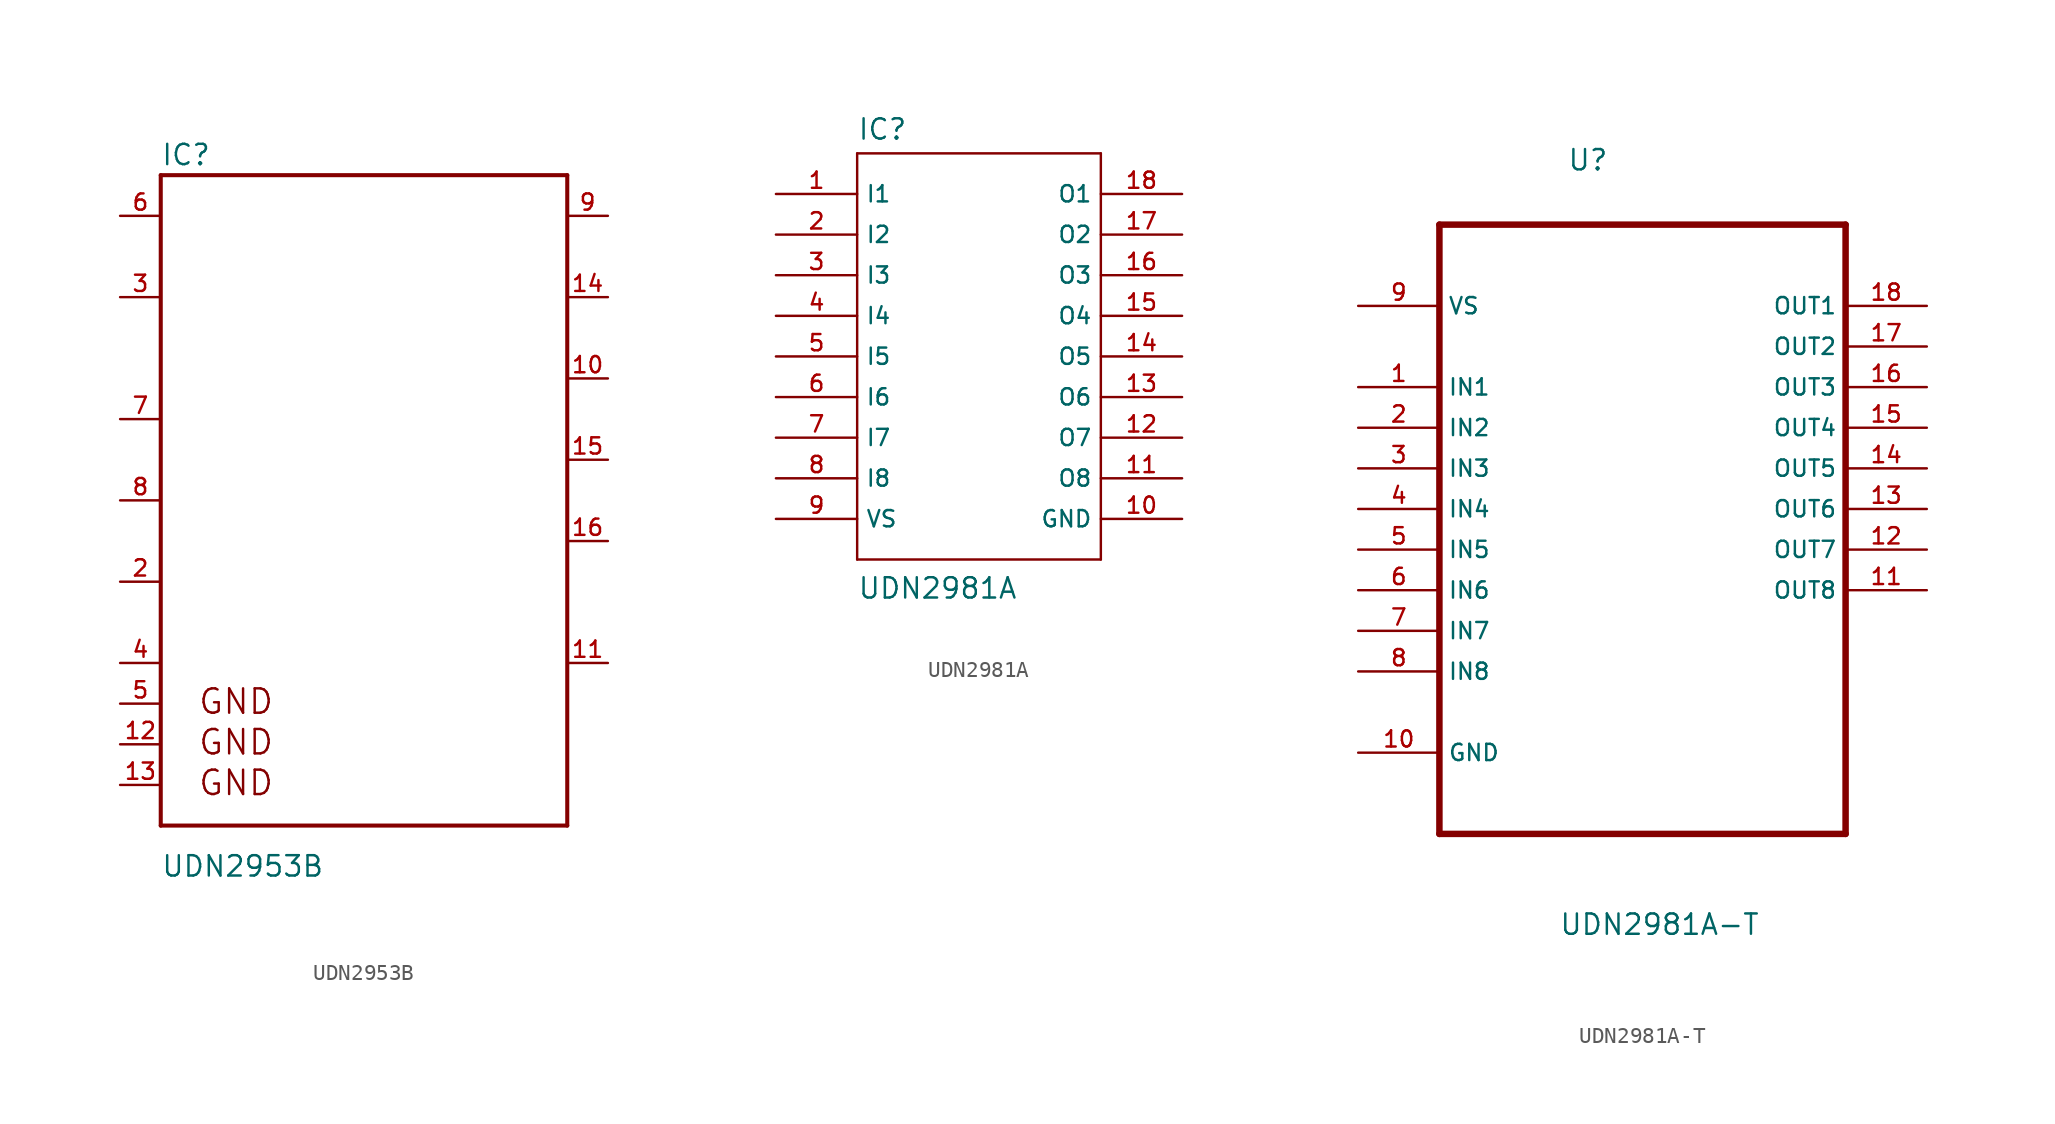
<source format=kicad_sym>
(kicad_symbol_lib
  (version 20220102)
  (generator kicad_symbol_editor)
  (symbol "UDN2953B"
    (pin_names hide)
    (property "Reference" "IC"
      (at -12.7 16.51 0)
      (effects (font (size 1.27 1.27)) (justify left)))
    (property "Value" "UDN2953B"
      (at -12.7 -27.94 0)
      (effects (font (size 1.27 1.27)) (justify left)))
    (property "ki_locked" ""
      (at 0 0 0)
      (effects (font (size 1.27 1.27))))
    (symbol "UDN2953B_0_0"
      (polyline (pts (xy -12.7 -25.4) (xy -12.7 15.24)) (stroke (width 0.254) (type default)) (fill (type none)))
      (polyline (pts (xy -12.7 15.24) (xy 12.7 15.24)) (stroke (width 0.254) (type default)) (fill (type none)))
      (polyline (pts (xy 12.7 -25.4) (xy -12.7 -25.4)) (stroke (width 0.254) (type default)) (fill (type none)))
      (polyline (pts (xy 12.7 15.24) (xy 12.7 -25.4)) (stroke (width 0.254) (type default)) (fill (type none)))
      (text "GND" (at -10.414 -23.622 0) (effects (font (size 1.524 1.524)) (justify left bottom)))
      (text "GND" (at -10.414 -21.082 0) (effects (font (size 1.524 1.524)) (justify left bottom)))
      (text "GND" (at -10.414 -18.542 0) (effects (font (size 1.524 1.524)) (justify left bottom)))
      (pin output line (at 15.24 2.54 180) (length 2.54) (name "OUTA" (effects (font (size 1.016 1.016)))) (number "10" (effects (font (size 1.016 1.016)))))
      (pin input line (at 15.24 -15.24 180) (length 2.54) (name "SENSE" (effects (font (size 1.016 1.016)))) (number "11" (effects (font (size 1.016 1.016)))))
      (pin input line (at -15.24 -20.32 0) (length 2.54) (name "GND@2" (effects (font (size 1.016 1.016)))) (number "12" (effects (font (size 1.016 1.016)))))
      (pin input line (at -15.24 -22.86 0) (length 2.54) (name "GND@3" (effects (font (size 1.016 1.016)))) (number "13" (effects (font (size 1.016 1.016)))))
      (pin input line (at 15.24 7.62 180) (length 2.54) (name "A" (effects (font (size 1.016 1.016)))) (number "14" (effects (font (size 1.016 1.016)))))
      (pin output line (at 15.24 -2.54 180) (length 2.54) (name "OUTB" (effects (font (size 1.016 1.016)))) (number "15" (effects (font (size 1.016 1.016)))))
      (pin input line (at 15.24 -7.62 180) (length 2.54) (name "K" (effects (font (size 1.016 1.016)))) (number "16" (effects (font (size 1.016 1.016)))))
      (pin input line (at -15.24 -10.16 0) (length 2.54) (name "VREF/!BREAK" (effects (font (size 1.016 1.016)))) (number "2" (effects (font (size 1.016 1.016)))))
      (pin input line (at -15.24 7.62 0) (length 2.54) (name "RC" (effects (font (size 1.016 1.016)))) (number "3" (effects (font (size 1.016 1.016)))))
      (pin input line (at -15.24 -15.24 0) (length 2.54) (name "GND" (effects (font (size 1.016 1.016)))) (number "4" (effects (font (size 1.016 1.016)))))
      (pin input line (at -15.24 -17.78 0) (length 2.54) (name "GND@1" (effects (font (size 1.016 1.016)))) (number "5" (effects (font (size 1.016 1.016)))))
      (pin input line (at -15.24 12.7 0) (length 2.54) (name "VCC" (effects (font (size 1.016 1.016)))) (number "6" (effects (font (size 1.016 1.016)))))
      (pin input line (at -15.24 0 0) (length 2.54) (name "PHASE" (effects (font (size 1.016 1.016)))) (number "7" (effects (font (size 1.016 1.016)))))
      (pin input line (at -15.24 -5.08 0) (length 2.54) (name "!OE" (effects (font (size 1.016 1.016)))) (number "8" (effects (font (size 1.016 1.016)))))
      (pin input line (at 15.24 12.7 180) (length 2.54) (name "VBB" (effects (font (size 1.016 1.016)))) (number "9" (effects (font (size 1.016 1.016)))))))
  (symbol "UDN2981A"
    (property "Reference" "IC"
      (at -7.62 13.462 0)
      (effects (font (size 1.27 1.27)) (justify left bottom)))
    (property "Value" "UDN2981A"
      (at -7.62 -15.24 0)
      (effects (font (size 1.27 1.27)) (justify left bottom)))
    (property "Datasheet" ""
      (at 0 0 0)
      (effects (font (size 1.524 1.524))))
    (property "ki_locked" ""
      (at 0 0 0)
      (effects (font (size 1.27 1.27))))
    (symbol "UDN2981A_1_0"
      (polyline (pts (xy -7.62 12.7) (xy -7.62 -12.7)) (stroke (width 0) (type default)) (fill (type none)))
      (polyline (pts (xy -7.62 12.7) (xy 7.62 12.7)) (stroke (width 0) (type default)) (fill (type none)))
      (polyline (pts (xy 7.62 -12.7) (xy -7.62 -12.7)) (stroke (width 0) (type default)) (fill (type none)))
      (polyline (pts (xy 7.62 -12.7) (xy 7.62 12.7)) (stroke (width 0) (type default)) (fill (type none))))
    (symbol "UDN2981A_1_1"
      (pin input line (at -12.7 10.16 0) (length 5.08) (name "I1" (effects (font (size 1.016 1.016)))) (number "1" (effects (font (size 1.016 1.016)))))
      (pin power_in line (at 12.7 -10.16 180) (length 5.08) (name "GND" (effects (font (size 1.016 1.016)))) (number "10" (effects (font (size 1.016 1.016)))))
      (pin open_collector line (at 12.7 -7.62 180) (length 5.08) (name "O8" (effects (font (size 1.016 1.016)))) (number "11" (effects (font (size 1.016 1.016)))))
      (pin open_collector line (at 12.7 -5.08 180) (length 5.08) (name "O7" (effects (font (size 1.016 1.016)))) (number "12" (effects (font (size 1.016 1.016)))))
      (pin open_collector line (at 12.7 -2.54 180) (length 5.08) (name "O6" (effects (font (size 1.016 1.016)))) (number "13" (effects (font (size 1.016 1.016)))))
      (pin open_collector line (at 12.7 0 180) (length 5.08) (name "O5" (effects (font (size 1.016 1.016)))) (number "14" (effects (font (size 1.016 1.016)))))
      (pin open_collector line (at 12.7 2.54 180) (length 5.08) (name "O4" (effects (font (size 1.016 1.016)))) (number "15" (effects (font (size 1.016 1.016)))))
      (pin open_collector line (at 12.7 5.08 180) (length 5.08) (name "O3" (effects (font (size 1.016 1.016)))) (number "16" (effects (font (size 1.016 1.016)))))
      (pin open_collector line (at 12.7 7.62 180) (length 5.08) (name "O2" (effects (font (size 1.016 1.016)))) (number "17" (effects (font (size 1.016 1.016)))))
      (pin open_collector line (at 12.7 10.16 180) (length 5.08) (name "O1" (effects (font (size 1.016 1.016)))) (number "18" (effects (font (size 1.016 1.016)))))
      (pin input line (at -12.7 7.62 0) (length 5.08) (name "I2" (effects (font (size 1.016 1.016)))) (number "2" (effects (font (size 1.016 1.016)))))
      (pin input line (at -12.7 5.08 0) (length 5.08) (name "I3" (effects (font (size 1.016 1.016)))) (number "3" (effects (font (size 1.016 1.016)))))
      (pin input line (at -12.7 2.54 0) (length 5.08) (name "I4" (effects (font (size 1.016 1.016)))) (number "4" (effects (font (size 1.016 1.016)))))
      (pin input line (at -12.7 0 0) (length 5.08) (name "I5" (effects (font (size 1.016 1.016)))) (number "5" (effects (font (size 1.016 1.016)))))
      (pin input line (at -12.7 -2.54 0) (length 5.08) (name "I6" (effects (font (size 1.016 1.016)))) (number "6" (effects (font (size 1.016 1.016)))))
      (pin input line (at -12.7 -5.08 0) (length 5.08) (name "I7" (effects (font (size 1.016 1.016)))) (number "7" (effects (font (size 1.016 1.016)))))
      (pin input line (at -12.7 -7.62 0) (length 5.08) (name "I8" (effects (font (size 1.016 1.016)))) (number "8" (effects (font (size 1.016 1.016)))))
      (pin passive line (at -12.7 -10.16 0) (length 5.08) (name "VS" (effects (font (size 1.016 1.016)))) (number "9" (effects (font (size 1.016 1.016)))))))
  (symbol "UDN2981A-T"
    (property "Reference" "U"
      (at -4.724 19.279 0)
      (effects (font (size 1.27 1.27)) (justify left)))
    (property "Value" "UDN2981A-T"
      (at -5.232 -28.524 0)
      (effects (font (size 1.27 1.27)) (justify left)))
    (property "ki_locked" ""
      (at 0 0 0)
      (effects (font (size 1.27 1.27))))
    (symbol "UDN2981A-T_0_0"
      (polyline (pts (xy -12.7 -22.86) (xy 12.7 -22.86)) (stroke (width 0.406) (type default)) (fill (type none)))
      (polyline (pts (xy -12.7 15.24) (xy -12.7 -22.86)) (stroke (width 0.406) (type default)) (fill (type none)))
      (polyline (pts (xy 12.7 -22.86) (xy 12.7 15.24)) (stroke (width 0.406) (type default)) (fill (type none)))
      (polyline (pts (xy 12.7 15.24) (xy -12.7 15.24)) (stroke (width 0.406) (type default)) (fill (type none)))
      (pin input line (at -17.78 5.08 0) (length 5.08) (name "IN1" (effects (font (size 1.016 1.016)))) (number "1" (effects (font (size 1.016 1.016)))))
      (pin passive line (at -17.78 -17.78 0) (length 5.08) (name "GND" (effects (font (size 1.016 1.016)))) (number "10" (effects (font (size 1.016 1.016)))))
      (pin output line (at 17.78 -7.62 180) (length 5.08) (name "OUT8" (effects (font (size 1.016 1.016)))) (number "11" (effects (font (size 1.016 1.016)))))
      (pin output line (at 17.78 -5.08 180) (length 5.08) (name "OUT7" (effects (font (size 1.016 1.016)))) (number "12" (effects (font (size 1.016 1.016)))))
      (pin output line (at 17.78 -2.54 180) (length 5.08) (name "OUT6" (effects (font (size 1.016 1.016)))) (number "13" (effects (font (size 1.016 1.016)))))
      (pin output line (at 17.78 0 180) (length 5.08) (name "OUT5" (effects (font (size 1.016 1.016)))) (number "14" (effects (font (size 1.016 1.016)))))
      (pin output line (at 17.78 2.54 180) (length 5.08) (name "OUT4" (effects (font (size 1.016 1.016)))) (number "15" (effects (font (size 1.016 1.016)))))
      (pin output line (at 17.78 5.08 180) (length 5.08) (name "OUT3" (effects (font (size 1.016 1.016)))) (number "16" (effects (font (size 1.016 1.016)))))
      (pin output line (at 17.78 7.62 180) (length 5.08) (name "OUT2" (effects (font (size 1.016 1.016)))) (number "17" (effects (font (size 1.016 1.016)))))
      (pin output line (at 17.78 10.16 180) (length 5.08) (name "OUT1" (effects (font (size 1.016 1.016)))) (number "18" (effects (font (size 1.016 1.016)))))
      (pin input line (at -17.78 2.54 0) (length 5.08) (name "IN2" (effects (font (size 1.016 1.016)))) (number "2" (effects (font (size 1.016 1.016)))))
      (pin input line (at -17.78 0 0) (length 5.08) (name "IN3" (effects (font (size 1.016 1.016)))) (number "3" (effects (font (size 1.016 1.016)))))
      (pin input line (at -17.78 -2.54 0) (length 5.08) (name "IN4" (effects (font (size 1.016 1.016)))) (number "4" (effects (font (size 1.016 1.016)))))
      (pin input line (at -17.78 -5.08 0) (length 5.08) (name "IN5" (effects (font (size 1.016 1.016)))) (number "5" (effects (font (size 1.016 1.016)))))
      (pin input line (at -17.78 -7.62 0) (length 5.08) (name "IN6" (effects (font (size 1.016 1.016)))) (number "6" (effects (font (size 1.016 1.016)))))
      (pin input line (at -17.78 -10.16 0) (length 5.08) (name "IN7" (effects (font (size 1.016 1.016)))) (number "7" (effects (font (size 1.016 1.016)))))
      (pin input line (at -17.78 -12.7 0) (length 5.08) (name "IN8" (effects (font (size 1.016 1.016)))) (number "8" (effects (font (size 1.016 1.016)))))
      (pin input line (at -17.78 10.16 0) (length 5.08) (name "VS" (effects (font (size 1.016 1.016)))) (number "9" (effects (font (size 1.016 1.016))))))))
</source>
